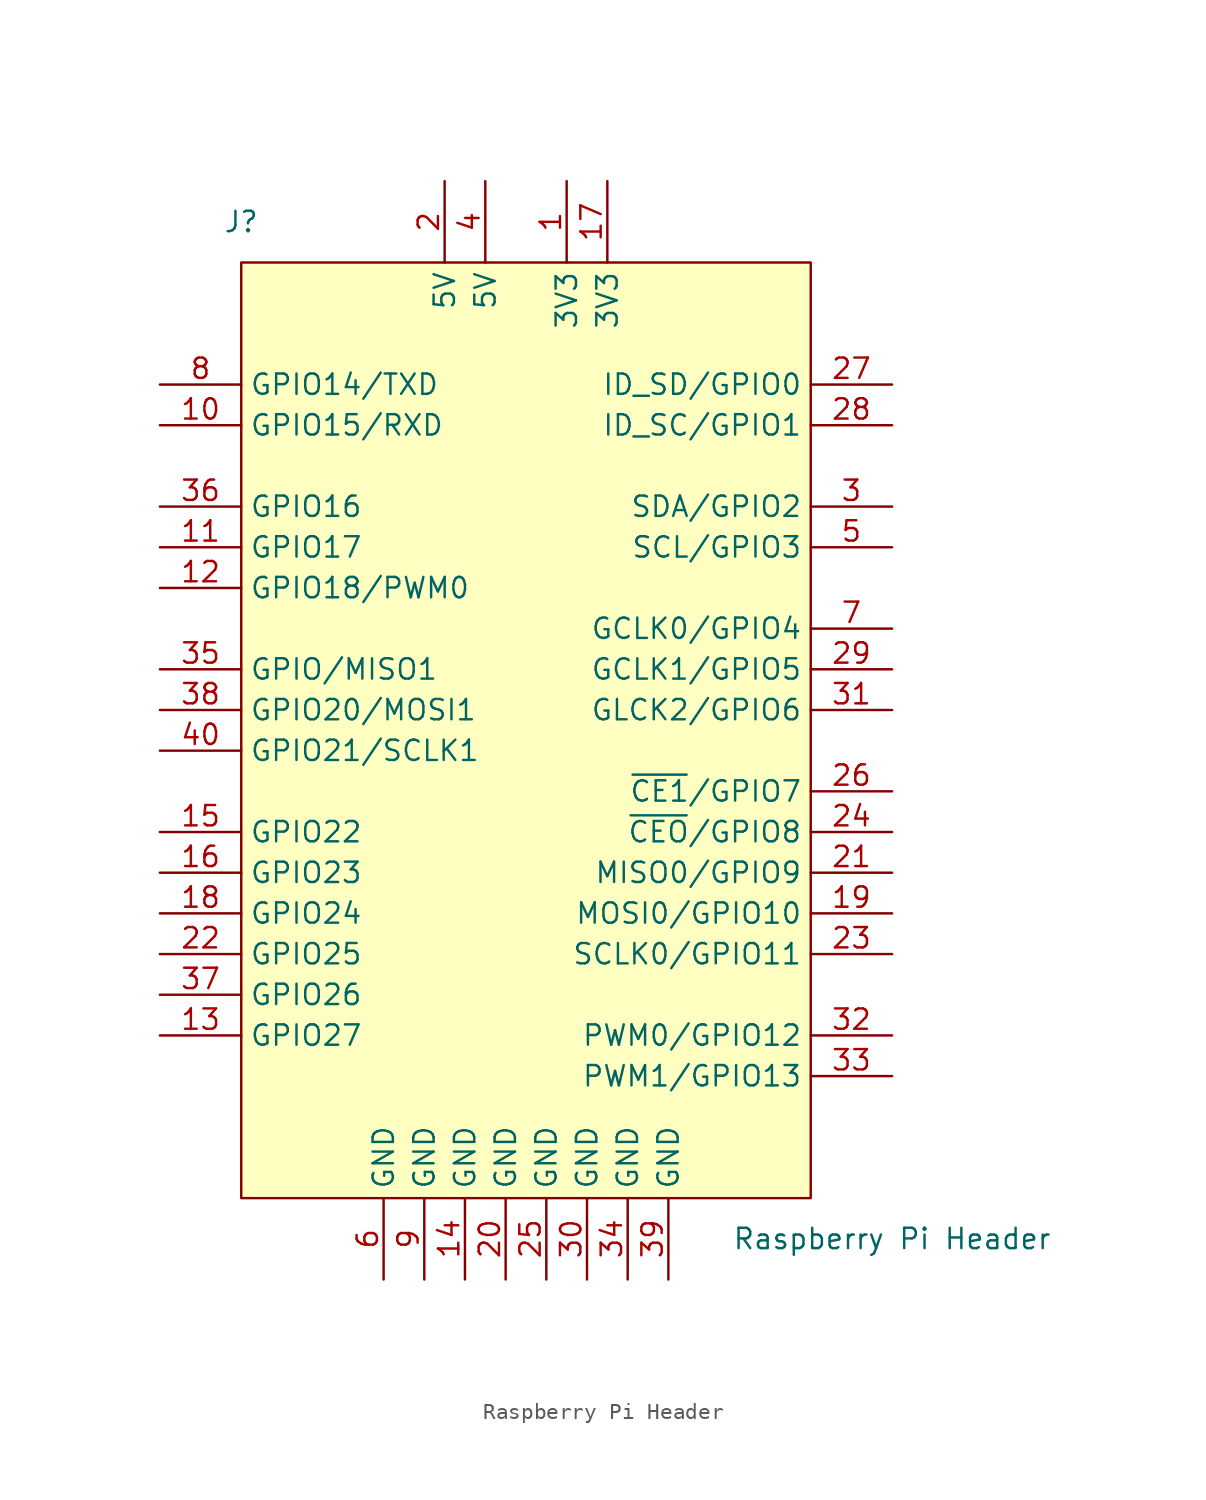
<source format=kicad_sym>
(kicad_symbol_lib
  (version 20211014)
  (generator kicad_symbol_editor)
  (symbol "Raspberry Pi Header"
    (property "Reference" "J"
      (at 5.08 10.16 0)
      (effects (font (size 1.27 1.27))))
    (property "Value" "Raspberry Pi Header"
      (at 45.72 -53.34 0)
      (effects (font (size 1.27 1.27))))
    (symbol "Raspberry Pi Header_0_0"
      (pin power_in line (at 25.4 12.7 270) (length 5.08) (name "3V3" (effects (font (size 1.27 1.27)))) (number "1" (effects (font (size 1.27 1.27)))))
      (pin bidirectional line (at 0 -2.54 0) (length 5.08) (name "GPIO15/RXD" (effects (font (size 1.27 1.27)))) (number "10" (effects (font (size 1.27 1.27)))))
      (pin bidirectional line (at 0 -10.16 0) (length 5.08) (name "GPIO17" (effects (font (size 1.27 1.27)))) (number "11" (effects (font (size 1.27 1.27)))))
      (pin bidirectional line (at 0 -12.7 0) (length 5.08) (name "GPIO18/PWM0" (effects (font (size 1.27 1.27)))) (number "12" (effects (font (size 1.27 1.27)))))
      (pin bidirectional line (at 0 -40.64 0) (length 5.08) (name "GPIO27" (effects (font (size 1.27 1.27)))) (number "13" (effects (font (size 1.27 1.27)))))
      (pin power_in line (at 19.05 -55.88 90) (length 5.08) (name "GND" (effects (font (size 1.27 1.27)))) (number "14" (effects (font (size 1.27 1.27)))))
      (pin bidirectional line (at 0 -27.94 0) (length 5.08) (name "GPIO22" (effects (font (size 1.27 1.27)))) (number "15" (effects (font (size 1.27 1.27)))))
      (pin bidirectional line (at 0 -30.48 0) (length 5.08) (name "GPIO23" (effects (font (size 1.27 1.27)))) (number "16" (effects (font (size 1.27 1.27)))))
      (pin bidirectional line (at 27.94 12.7 270) (length 5.08) (name "3V3" (effects (font (size 1.27 1.27)))) (number "17" (effects (font (size 1.27 1.27)))))
      (pin bidirectional line (at 0 -33.02 0) (length 5.08) (name "GPIO24" (effects (font (size 1.27 1.27)))) (number "18" (effects (font (size 1.27 1.27)))))
      (pin bidirectional line (at 45.72 -33.02 180) (length 5.08) (name "MOSI0/GPIO10" (effects (font (size 1.27 1.27)))) (number "19" (effects (font (size 1.27 1.27)))))
      (pin power_in line (at 17.78 12.7 270) (length 5.08) (name "5V" (effects (font (size 1.27 1.27)))) (number "2" (effects (font (size 1.27 1.27)))))
      (pin power_in line (at 21.59 -55.88 90) (length 5.08) (name "GND" (effects (font (size 1.27 1.27)))) (number "20" (effects (font (size 1.27 1.27)))))
      (pin bidirectional line (at 45.72 -30.48 180) (length 5.08) (name "MISO0/GPIO9" (effects (font (size 1.27 1.27)))) (number "21" (effects (font (size 1.27 1.27)))))
      (pin bidirectional line (at 0 -35.56 0) (length 5.08) (name "GPIO25" (effects (font (size 1.27 1.27)))) (number "22" (effects (font (size 1.27 1.27)))))
      (pin bidirectional line (at 45.72 -35.56 180) (length 5.08) (name "SCLK0/GPIO11" (effects (font (size 1.27 1.27)))) (number "23" (effects (font (size 1.27 1.27)))))
      (pin bidirectional line (at 45.72 -27.94 180) (length 5.08) (name "~{CEO}/GPIO8" (effects (font (size 1.27 1.27)))) (number "24" (effects (font (size 1.27 1.27)))))
      (pin power_in line (at 24.13 -55.88 90) (length 5.08) (name "GND" (effects (font (size 1.27 1.27)))) (number "25" (effects (font (size 1.27 1.27)))))
      (pin bidirectional line (at 45.72 -25.4 180) (length 5.08) (name "~{CE1}/GPIO7" (effects (font (size 1.27 1.27)))) (number "26" (effects (font (size 1.27 1.27)))))
      (pin bidirectional line (at 45.72 0 180) (length 5.08) (name "ID_SD/GPIO0" (effects (font (size 1.27 1.27)))) (number "27" (effects (font (size 1.27 1.27)))))
      (pin bidirectional line (at 45.72 -2.54 180) (length 5.08) (name "ID_SC/GPIO1" (effects (font (size 1.27 1.27)))) (number "28" (effects (font (size 1.27 1.27)))))
      (pin bidirectional line (at 45.72 -17.78 180) (length 5.08) (name "GCLK1/GPIO5" (effects (font (size 1.27 1.27)))) (number "29" (effects (font (size 1.27 1.27)))))
      (pin bidirectional line (at 45.72 -7.62 180) (length 5.08) (name "SDA/GPIO2" (effects (font (size 1.27 1.27)))) (number "3" (effects (font (size 1.27 1.27)))))
      (pin power_in line (at 26.67 -55.88 90) (length 5.08) (name "GND" (effects (font (size 1.27 1.27)))) (number "30" (effects (font (size 1.27 1.27)))))
      (pin bidirectional line (at 45.72 -20.32 180) (length 5.08) (name "GLCK2/GPIO6" (effects (font (size 1.27 1.27)))) (number "31" (effects (font (size 1.27 1.27)))))
      (pin bidirectional line (at 45.72 -40.64 180) (length 5.08) (name "PWM0/GPIO12" (effects (font (size 1.27 1.27)))) (number "32" (effects (font (size 1.27 1.27)))))
      (pin bidirectional line (at 45.72 -43.18 180) (length 5.08) (name "PWM1/GPIO13" (effects (font (size 1.27 1.27)))) (number "33" (effects (font (size 1.27 1.27)))))
      (pin power_in line (at 29.21 -55.88 90) (length 5.08) (name "GND" (effects (font (size 1.27 1.27)))) (number "34" (effects (font (size 1.27 1.27)))))
      (pin bidirectional line (at 0 -17.78 0) (length 5.08) (name "GPIO/MISO1" (effects (font (size 1.27 1.27)))) (number "35" (effects (font (size 1.27 1.27)))))
      (pin bidirectional line (at 0 -7.62 0) (length 5.08) (name "GPIO16" (effects (font (size 1.27 1.27)))) (number "36" (effects (font (size 1.27 1.27)))))
      (pin bidirectional line (at 0 -38.1 0) (length 5.08) (name "GPIO26" (effects (font (size 1.27 1.27)))) (number "37" (effects (font (size 1.27 1.27)))))
      (pin bidirectional line (at 0 -20.32 0) (length 5.08) (name "GPIO20/MOSI1" (effects (font (size 1.27 1.27)))) (number "38" (effects (font (size 1.27 1.27)))))
      (pin power_in line (at 31.75 -55.88 90) (length 5.08) (name "GND" (effects (font (size 1.27 1.27)))) (number "39" (effects (font (size 1.27 1.27)))))
      (pin power_in line (at 20.32 12.7 270) (length 5.08) (name "5V" (effects (font (size 1.27 1.27)))) (number "4" (effects (font (size 1.27 1.27)))))
      (pin bidirectional line (at 0 -22.86 0) (length 5.08) (name "GPIO21/SCLK1" (effects (font (size 1.27 1.27)))) (number "40" (effects (font (size 1.27 1.27)))))
      (pin bidirectional line (at 45.72 -10.16 180) (length 5.08) (name "SCL/GPIO3" (effects (font (size 1.27 1.27)))) (number "5" (effects (font (size 1.27 1.27)))))
      (pin power_in line (at 13.97 -55.88 90) (length 5.08) (name "GND" (effects (font (size 1.27 1.27)))) (number "6" (effects (font (size 1.27 1.27)))))
      (pin bidirectional line (at 45.72 -15.24 180) (length 5.08) (name "GCLK0/GPIO4" (effects (font (size 1.27 1.27)))) (number "7" (effects (font (size 1.27 1.27)))))
      (pin bidirectional line (at 0 0 0) (length 5.08) (name "GPIO14/TXD" (effects (font (size 1.27 1.27)))) (number "8" (effects (font (size 1.27 1.27)))))
      (pin power_in line (at 16.51 -55.88 90) (length 5.08) (name "GND" (effects (font (size 1.27 1.27)))) (number "9" (effects (font (size 1.27 1.27))))))
    (symbol "Raspberry Pi Header_0_1"
      (rectangle (start 5.08 7.62) (end 40.64 -50.8) (stroke (width 0.152) (type default) (color 0 0 0 0)) (fill (type background))))))
</source>
